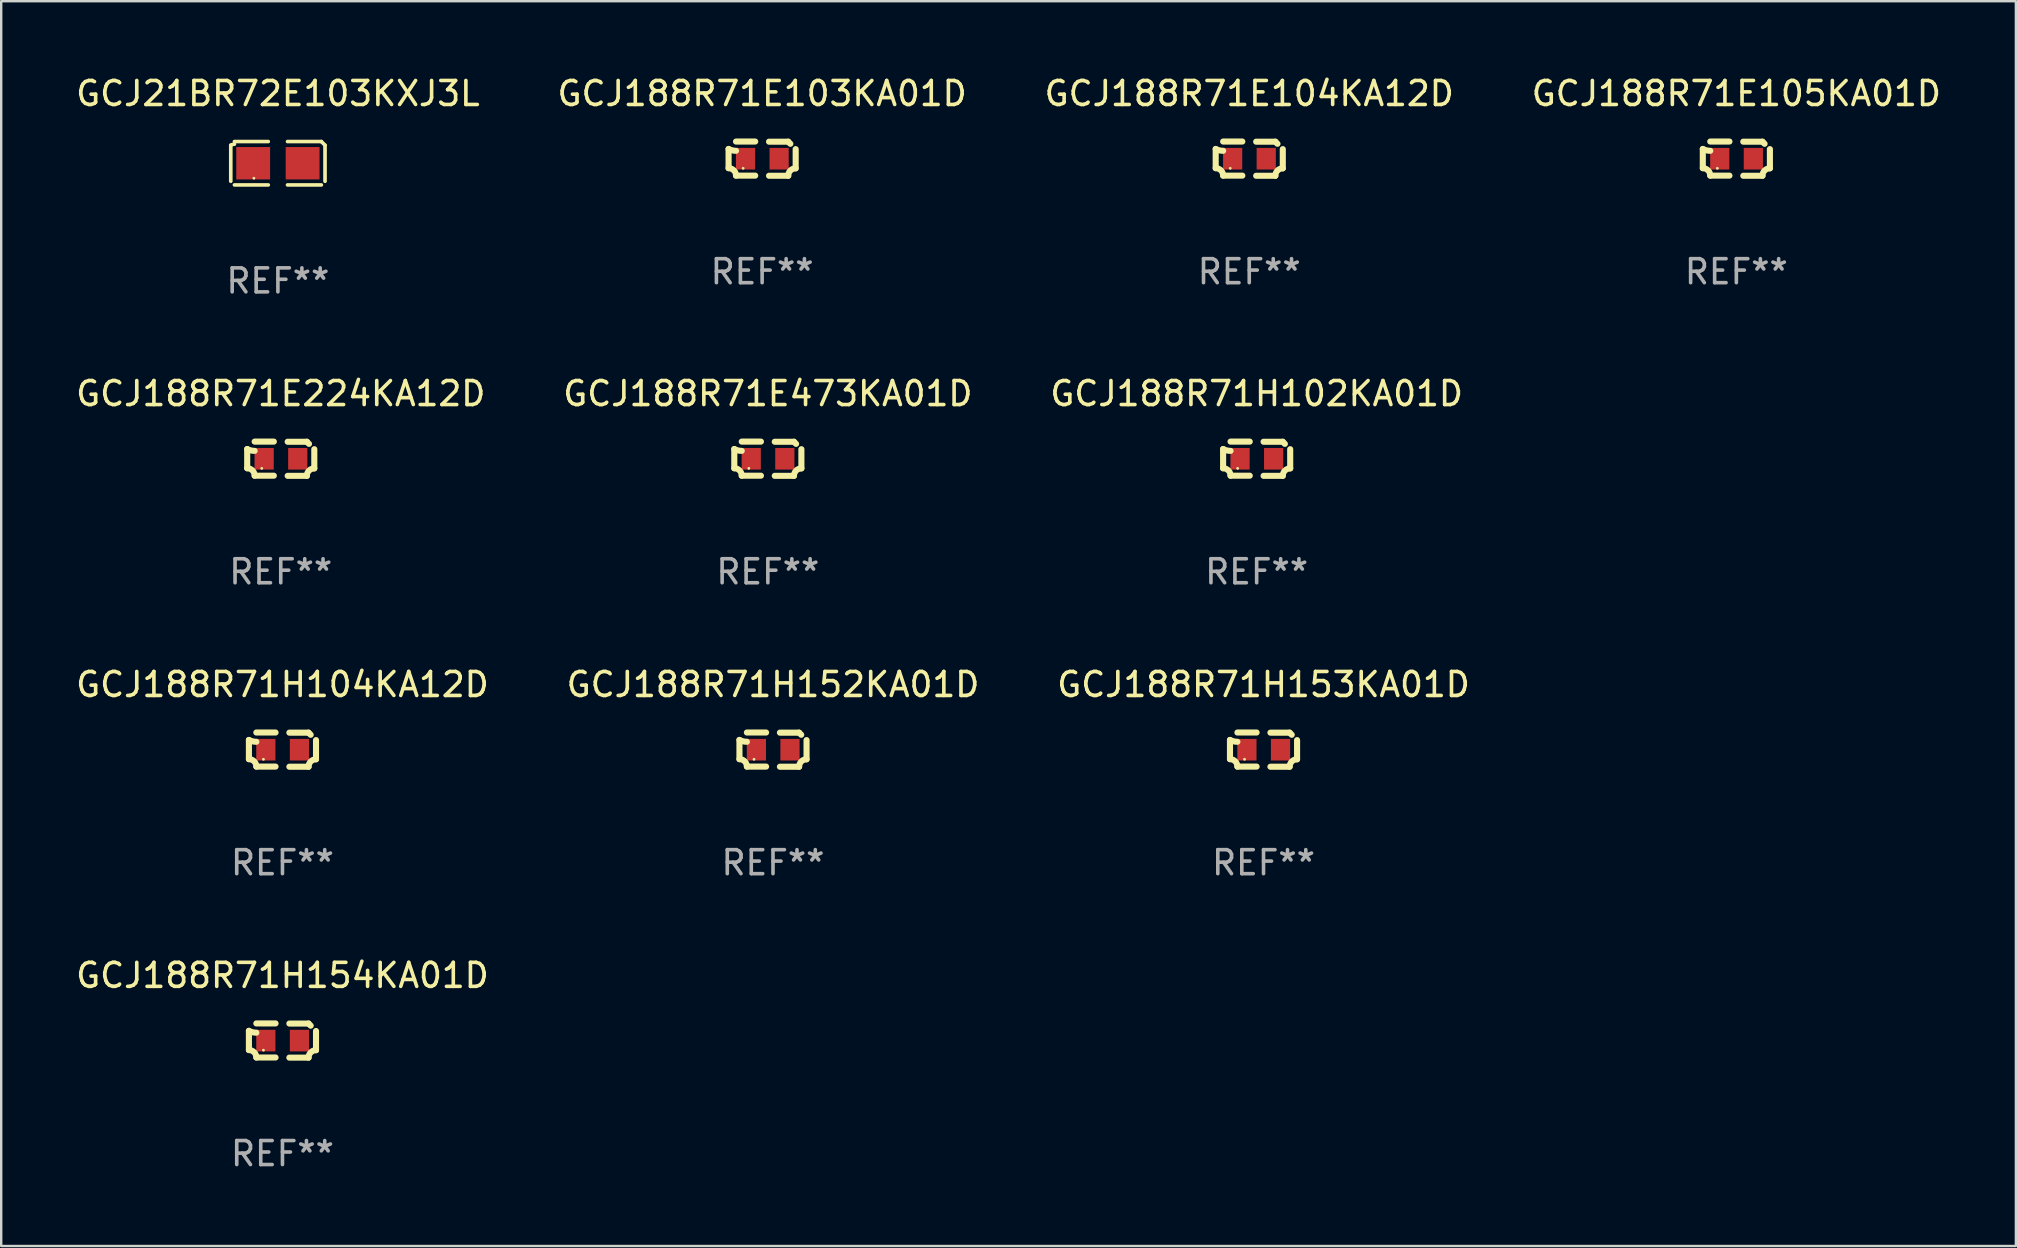
<source format=kicad_pcb>
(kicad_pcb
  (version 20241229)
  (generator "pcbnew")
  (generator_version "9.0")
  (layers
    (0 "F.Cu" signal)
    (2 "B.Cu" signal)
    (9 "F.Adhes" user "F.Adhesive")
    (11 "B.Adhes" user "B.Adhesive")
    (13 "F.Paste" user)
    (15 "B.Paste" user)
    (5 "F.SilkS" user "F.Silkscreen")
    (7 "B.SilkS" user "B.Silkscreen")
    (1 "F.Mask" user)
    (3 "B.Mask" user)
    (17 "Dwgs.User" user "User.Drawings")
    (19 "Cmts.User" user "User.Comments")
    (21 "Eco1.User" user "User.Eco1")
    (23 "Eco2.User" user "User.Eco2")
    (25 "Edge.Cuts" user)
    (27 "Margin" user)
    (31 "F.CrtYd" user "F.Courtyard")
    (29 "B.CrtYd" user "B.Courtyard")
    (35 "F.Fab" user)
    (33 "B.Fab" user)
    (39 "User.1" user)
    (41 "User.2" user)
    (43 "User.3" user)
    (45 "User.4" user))
  (footprint "GCJ188R71E105KA01D"
    (layer "F.Cu")
    (at 69.304 3.561)
    (property "Reference" "GCJ188R71E105KA01D" (at 0 -2.713 0) (layer "F.SilkS") (effects (font (size 1 1) (thickness 0.15))))
    (attr through_hole)
    (fp_line (start -1.398 -0.403) (end -1.398 0.397) (stroke (width 0.254) (type solid)) (layer "F.SilkS"))
    (fp_line (start -0.288 -0.713) (end -1.088 -0.713) (stroke (width 0.254) (type solid)) (layer "F.SilkS"))
    (fp_line (start -0.288 0.707) (end -1.088 0.707) (stroke (width 0.254) (type solid)) (layer "F.SilkS"))
    (fp_line (start 0.288 -0.707) (end 1.088 -0.707) (stroke (width 0.254) (type solid)) (layer "F.SilkS"))
    (fp_line (start 0.288 0.713) (end 1.088 0.713) (stroke (width 0.254) (type solid)) (layer "F.SilkS"))
    (fp_line (start 1.398 -0.397) (end 1.398 0.403) (stroke (width 0.254) (type solid)) (layer "F.SilkS"))
    (fp_arc (start -1.397789 0.397066) (mid -1.178701 0.487826) (end -1.08796 0.706922) (stroke (width 0.254001) (type solid)) (layer "F.SilkS"))
    (fp_arc (start -1.08796 -0.327176) (mid -1.247436 -0.346384) (end -1.39779 -0.402908) (stroke (width 0.254001) (type solid)) (layer "F.SilkS"))
    (fp_arc (start 1.087909 0.712738) (mid 1.178656 0.493655) (end 1.397739 0.402908) (stroke (width 0.254001) (type solid)) (layer "F.SilkS"))
    (fp_arc (start 1.175925 -0.618926) (mid 1.131917 -0.662923) (end 1.08791 -0.706922) (stroke (width 0.254001) (type solid)) (layer "F.SilkS"))
    (fp_circle (center -0.792 0.403) (end -0.762 0.403) (stroke (width 0.06) (type solid)) (fill no) (layer "F.SilkS"))
    (fp_text user "REF**" (at 0 4.713 0) (layer "F.Fab") (effects (font (size 1 1) (thickness 0.15))))
    (pad "1" smd rect (at -0.692 0.003) (size 0.8 0.9) (layers "F.Cu" "F.Mask" "F.Paste"))
    (pad "2" smd rect (at 0.708 0.003) (size 0.8 0.9) (layers "F.Cu" "F.Mask" "F.Paste")))
  (footprint "GCJ188R71E473KA01D"
    (layer "F.Cu")
    (at 28.946 16.065)
    (property "Reference" "GCJ188R71E473KA01D" (at 0 -2.713 0) (layer "F.SilkS") (effects (font (size 1 1) (thickness 0.15))))
    (attr through_hole)
    (fp_line (start -1.398 -0.403) (end -1.398 0.397) (stroke (width 0.254) (type solid)) (layer "F.SilkS"))
    (fp_line (start -0.288 -0.713) (end -1.088 -0.713) (stroke (width 0.254) (type solid)) (layer "F.SilkS"))
    (fp_line (start -0.288 0.707) (end -1.088 0.707) (stroke (width 0.254) (type solid)) (layer "F.SilkS"))
    (fp_line (start 0.288 -0.707) (end 1.088 -0.707) (stroke (width 0.254) (type solid)) (layer "F.SilkS"))
    (fp_line (start 0.288 0.713) (end 1.088 0.713) (stroke (width 0.254) (type solid)) (layer "F.SilkS"))
    (fp_line (start 1.398 -0.397) (end 1.398 0.403) (stroke (width 0.254) (type solid)) (layer "F.SilkS"))
    (fp_arc (start -1.397789 0.397066) (mid -1.178701 0.487826) (end -1.08796 0.706922) (stroke (width 0.254001) (type solid)) (layer "F.SilkS"))
    (fp_arc (start -1.08796 -0.327176) (mid -1.247436 -0.346384) (end -1.39779 -0.402908) (stroke (width 0.254001) (type solid)) (layer "F.SilkS"))
    (fp_arc (start 1.087909 0.712738) (mid 1.178656 0.493655) (end 1.397739 0.402908) (stroke (width 0.254001) (type solid)) (layer "F.SilkS"))
    (fp_arc (start 1.175925 -0.618926) (mid 1.131917 -0.662923) (end 1.08791 -0.706922) (stroke (width 0.254001) (type solid)) (layer "F.SilkS"))
    (fp_circle (center -0.792 0.403) (end -0.762 0.403) (stroke (width 0.06) (type solid)) (fill no) (layer "F.SilkS"))
    (fp_text user "REF**" (at 0 4.713 0) (layer "F.Fab") (effects (font (size 1 1) (thickness 0.15))))
    (pad "1" smd rect (at -0.692 0.003) (size 0.8 0.9) (layers "F.Cu" "F.Mask" "F.Paste"))
    (pad "2" smd rect (at 0.708 0.003) (size 0.8 0.9) (layers "F.Cu" "F.Mask" "F.Paste")))
  (footprint "GCJ21BR72E103KXJ3L"
    (layer "F.Cu")
    (at 8.53 3.752)
    (property "Reference" "GCJ21BR72E103KXJ3L" (at 0 -2.904 0) (layer "F.SilkS") (effects (font (size 1 1) (thickness 0.15))))
    (attr through_hole)
    (fp_line (start -1.964 0.751) (end -1.964 -0.751) (stroke (width 0.152) (type solid)) (layer "F.SilkS"))
    (fp_line (start -1.811 -0.904) (end -0.401 -0.904) (stroke (width 0.152) (type solid)) (layer "F.SilkS"))
    (fp_line (start -0.401 0.904) (end -1.811 0.904) (stroke (width 0.152) (type solid)) (layer "F.SilkS"))
    (fp_line (start 0.401 0.904) (end 1.811 0.904) (stroke (width 0.152) (type solid)) (layer "F.SilkS"))
    (fp_line (start 1.811 -0.904) (end 0.401 -0.904) (stroke (width 0.152) (type solid)) (layer "F.SilkS"))
    (fp_line (start 1.964 0.751) (end 1.964 -0.751) (stroke (width 0.152) (type solid)) (layer "F.SilkS"))
    (fp_arc (start -1.963602 -0.751207) (mid -1.890354 -0.783131) (end -1.811201 -0.794044) (stroke (width 0.1524) (type solid)) (layer "F.SilkS"))
    (fp_arc (start 1.811202 -0.903607) (mid 1.887413 -0.827418) (end 1.963602 -0.751207) (stroke (width 0.1524) (type solid)) (layer "F.SilkS"))
    (fp_circle (center -1 0.625) (end -0.97 0.625) (stroke (width 0.06) (type solid)) (fill no) (layer "F.SilkS"))
    (fp_text user "REF**" (at 0 4.904 0) (layer "F.Fab") (effects (font (size 1 1) (thickness 0.15))))
    (pad "1" smd rect (at -1.03 0) (size 1.41 1.35) (layers "F.Cu" "F.Mask" "F.Paste"))
    (pad "2" smd rect (at 1.03 0) (size 1.41 1.35) (layers "F.Cu" "F.Mask" "F.Paste")))
  (footprint "GCJ188R71E104KA12D"
    (layer "F.Cu")
    (at 49.006 3.561)
    (property "Reference" "GCJ188R71E104KA12D" (at 0 -2.713 0) (layer "F.SilkS") (effects (font (size 1 1) (thickness 0.15))))
    (attr through_hole)
    (fp_line (start -1.398 -0.403) (end -1.398 0.397) (stroke (width 0.254) (type solid)) (layer "F.SilkS"))
    (fp_line (start -0.288 -0.713) (end -1.088 -0.713) (stroke (width 0.254) (type solid)) (layer "F.SilkS"))
    (fp_line (start -0.288 0.707) (end -1.088 0.707) (stroke (width 0.254) (type solid)) (layer "F.SilkS"))
    (fp_line (start 0.288 -0.707) (end 1.088 -0.707) (stroke (width 0.254) (type solid)) (layer "F.SilkS"))
    (fp_line (start 0.288 0.713) (end 1.088 0.713) (stroke (width 0.254) (type solid)) (layer "F.SilkS"))
    (fp_line (start 1.398 -0.397) (end 1.398 0.403) (stroke (width 0.254) (type solid)) (layer "F.SilkS"))
    (fp_arc (start -1.397789 0.397066) (mid -1.178701 0.487826) (end -1.08796 0.706922) (stroke (width 0.254001) (type solid)) (layer "F.SilkS"))
    (fp_arc (start -1.08796 -0.327176) (mid -1.247436 -0.346384) (end -1.39779 -0.402908) (stroke (width 0.254001) (type solid)) (layer "F.SilkS"))
    (fp_arc (start 1.087909 0.712738) (mid 1.178656 0.493655) (end 1.397739 0.402908) (stroke (width 0.254001) (type solid)) (layer "F.SilkS"))
    (fp_arc (start 1.175925 -0.618926) (mid 1.131917 -0.662923) (end 1.08791 -0.706922) (stroke (width 0.254001) (type solid)) (layer "F.SilkS"))
    (fp_circle (center -0.792 0.403) (end -0.762 0.403) (stroke (width 0.06) (type solid)) (fill no) (layer "F.SilkS"))
    (fp_text user "REF**" (at 0 4.713 0) (layer "F.Fab") (effects (font (size 1 1) (thickness 0.15))))
    (pad "1" smd rect (at -0.692 0.003) (size 0.8 0.9) (layers "F.Cu" "F.Mask" "F.Paste"))
    (pad "2" smd rect (at 0.708 0.003) (size 0.8 0.9) (layers "F.Cu" "F.Mask" "F.Paste")))
  (footprint "GCJ188R71H154KA01D"
    (layer "F.Cu")
    (at 8.72 40.309)
    (property "Reference" "GCJ188R71H154KA01D" (at 0 -2.713 0) (layer "F.SilkS") (effects (font (size 1 1) (thickness 0.15))))
    (attr through_hole)
    (fp_line (start -1.398 -0.403) (end -1.398 0.397) (stroke (width 0.254) (type solid)) (layer "F.SilkS"))
    (fp_line (start -0.288 -0.713) (end -1.088 -0.713) (stroke (width 0.254) (type solid)) (layer "F.SilkS"))
    (fp_line (start -0.288 0.707) (end -1.088 0.707) (stroke (width 0.254) (type solid)) (layer "F.SilkS"))
    (fp_line (start 0.288 -0.707) (end 1.088 -0.707) (stroke (width 0.254) (type solid)) (layer "F.SilkS"))
    (fp_line (start 0.288 0.713) (end 1.088 0.713) (stroke (width 0.254) (type solid)) (layer "F.SilkS"))
    (fp_line (start 1.398 -0.397) (end 1.398 0.403) (stroke (width 0.254) (type solid)) (layer "F.SilkS"))
    (fp_arc (start -1.397789 0.397066) (mid -1.178701 0.487826) (end -1.08796 0.706922) (stroke (width 0.254001) (type solid)) (layer "F.SilkS"))
    (fp_arc (start -1.08796 -0.327176) (mid -1.247436 -0.346384) (end -1.39779 -0.402908) (stroke (width 0.254001) (type solid)) (layer "F.SilkS"))
    (fp_arc (start 1.087909 0.712738) (mid 1.178656 0.493655) (end 1.397739 0.402908) (stroke (width 0.254001) (type solid)) (layer "F.SilkS"))
    (fp_arc (start 1.175925 -0.618926) (mid 1.131917 -0.662923) (end 1.08791 -0.706922) (stroke (width 0.254001) (type solid)) (layer "F.SilkS"))
    (fp_circle (center -0.792 0.403) (end -0.762 0.403) (stroke (width 0.06) (type solid)) (fill no) (layer "F.SilkS"))
    (fp_text user "REF**" (at 0 4.713 0) (layer "F.Fab") (effects (font (size 1 1) (thickness 0.15))))
    (pad "1" smd rect (at -0.692 0.003) (size 0.8 0.9) (layers "F.Cu" "F.Mask" "F.Paste"))
    (pad "2" smd rect (at 0.708 0.003) (size 0.8 0.9) (layers "F.Cu" "F.Mask" "F.Paste")))
  (footprint "GCJ188R71H153KA01D"
    (layer "F.Cu")
    (at 49.601 28.187)
    (property "Reference" "GCJ188R71H153KA01D" (at 0 -2.713 0) (layer "F.SilkS") (effects (font (size 1 1) (thickness 0.15))))
    (attr through_hole)
    (fp_line (start -1.398 -0.403) (end -1.398 0.397) (stroke (width 0.254) (type solid)) (layer "F.SilkS"))
    (fp_line (start -0.288 -0.713) (end -1.088 -0.713) (stroke (width 0.254) (type solid)) (layer "F.SilkS"))
    (fp_line (start -0.288 0.707) (end -1.088 0.707) (stroke (width 0.254) (type solid)) (layer "F.SilkS"))
    (fp_line (start 0.288 -0.707) (end 1.088 -0.707) (stroke (width 0.254) (type solid)) (layer "F.SilkS"))
    (fp_line (start 0.288 0.713) (end 1.088 0.713) (stroke (width 0.254) (type solid)) (layer "F.SilkS"))
    (fp_line (start 1.398 -0.397) (end 1.398 0.403) (stroke (width 0.254) (type solid)) (layer "F.SilkS"))
    (fp_arc (start -1.397789 0.397066) (mid -1.178701 0.487826) (end -1.08796 0.706922) (stroke (width 0.254001) (type solid)) (layer "F.SilkS"))
    (fp_arc (start -1.08796 -0.327176) (mid -1.247436 -0.346384) (end -1.39779 -0.402908) (stroke (width 0.254001) (type solid)) (layer "F.SilkS"))
    (fp_arc (start 1.087909 0.712738) (mid 1.178656 0.493655) (end 1.397739 0.402908) (stroke (width 0.254001) (type solid)) (layer "F.SilkS"))
    (fp_arc (start 1.175925 -0.618926) (mid 1.131917 -0.662923) (end 1.08791 -0.706922) (stroke (width 0.254001) (type solid)) (layer "F.SilkS"))
    (fp_circle (center -0.792 0.403) (end -0.762 0.403) (stroke (width 0.06) (type solid)) (fill no) (layer "F.SilkS"))
    (fp_text user "REF**" (at 0 4.713 0) (layer "F.Fab") (effects (font (size 1 1) (thickness 0.15))))
    (pad "1" smd rect (at -0.692 0.003) (size 0.8 0.9) (layers "F.Cu" "F.Mask" "F.Paste"))
    (pad "2" smd rect (at 0.708 0.003) (size 0.8 0.9) (layers "F.Cu" "F.Mask" "F.Paste")))
  (footprint "GCJ188R71H102KA01D"
    (layer "F.Cu")
    (at 49.315 16.065)
    (property "Reference" "GCJ188R71H102KA01D" (at 0 -2.713 0) (layer "F.SilkS") (effects (font (size 1 1) (thickness 0.15))))
    (attr through_hole)
    (fp_line (start -1.398 -0.403) (end -1.398 0.397) (stroke (width 0.254) (type solid)) (layer "F.SilkS"))
    (fp_line (start -0.288 -0.713) (end -1.088 -0.713) (stroke (width 0.254) (type solid)) (layer "F.SilkS"))
    (fp_line (start -0.288 0.707) (end -1.088 0.707) (stroke (width 0.254) (type solid)) (layer "F.SilkS"))
    (fp_line (start 0.288 -0.707) (end 1.088 -0.707) (stroke (width 0.254) (type solid)) (layer "F.SilkS"))
    (fp_line (start 0.288 0.713) (end 1.088 0.713) (stroke (width 0.254) (type solid)) (layer "F.SilkS"))
    (fp_line (start 1.398 -0.397) (end 1.398 0.403) (stroke (width 0.254) (type solid)) (layer "F.SilkS"))
    (fp_arc (start -1.397789 0.397066) (mid -1.178701 0.487826) (end -1.08796 0.706922) (stroke (width 0.254001) (type solid)) (layer "F.SilkS"))
    (fp_arc (start -1.08796 -0.327176) (mid -1.247436 -0.346384) (end -1.39779 -0.402908) (stroke (width 0.254001) (type solid)) (layer "F.SilkS"))
    (fp_arc (start 1.087909 0.712738) (mid 1.178656 0.493655) (end 1.397739 0.402908) (stroke (width 0.254001) (type solid)) (layer "F.SilkS"))
    (fp_arc (start 1.175925 -0.618926) (mid 1.131917 -0.662923) (end 1.08791 -0.706922) (stroke (width 0.254001) (type solid)) (layer "F.SilkS"))
    (fp_circle (center -0.792 0.403) (end -0.762 0.403) (stroke (width 0.06) (type solid)) (fill no) (layer "F.SilkS"))
    (fp_text user "REF**" (at 0 4.713 0) (layer "F.Fab") (effects (font (size 1 1) (thickness 0.15))))
    (pad "1" smd rect (at -0.692 0.003) (size 0.8 0.9) (layers "F.Cu" "F.Mask" "F.Paste"))
    (pad "2" smd rect (at 0.708 0.003) (size 0.8 0.9) (layers "F.Cu" "F.Mask" "F.Paste")))
  (footprint "GCJ188R71E103KA01D"
    (layer "F.Cu")
    (at 28.708 3.561)
    (property "Reference" "GCJ188R71E103KA01D" (at 0 -2.713 0) (layer "F.SilkS") (effects (font (size 1 1) (thickness 0.15))))
    (attr through_hole)
    (fp_line (start -1.398 -0.403) (end -1.398 0.397) (stroke (width 0.254) (type solid)) (layer "F.SilkS"))
    (fp_line (start -0.288 -0.713) (end -1.088 -0.713) (stroke (width 0.254) (type solid)) (layer "F.SilkS"))
    (fp_line (start -0.288 0.707) (end -1.088 0.707) (stroke (width 0.254) (type solid)) (layer "F.SilkS"))
    (fp_line (start 0.288 -0.707) (end 1.088 -0.707) (stroke (width 0.254) (type solid)) (layer "F.SilkS"))
    (fp_line (start 0.288 0.713) (end 1.088 0.713) (stroke (width 0.254) (type solid)) (layer "F.SilkS"))
    (fp_line (start 1.398 -0.397) (end 1.398 0.403) (stroke (width 0.254) (type solid)) (layer "F.SilkS"))
    (fp_arc (start -1.397789 0.397066) (mid -1.178701 0.487826) (end -1.08796 0.706922) (stroke (width 0.254001) (type solid)) (layer "F.SilkS"))
    (fp_arc (start -1.08796 -0.327176) (mid -1.247436 -0.346384) (end -1.39779 -0.402908) (stroke (width 0.254001) (type solid)) (layer "F.SilkS"))
    (fp_arc (start 1.087909 0.712738) (mid 1.178656 0.493655) (end 1.397739 0.402908) (stroke (width 0.254001) (type solid)) (layer "F.SilkS"))
    (fp_arc (start 1.175925 -0.618926) (mid 1.131917 -0.662923) (end 1.08791 -0.706922) (stroke (width 0.254001) (type solid)) (layer "F.SilkS"))
    (fp_circle (center -0.792 0.403) (end -0.762 0.403) (stroke (width 0.06) (type solid)) (fill no) (layer "F.SilkS"))
    (fp_text user "REF**" (at 0 4.713 0) (layer "F.Fab") (effects (font (size 1 1) (thickness 0.15))))
    (pad "1" smd rect (at -0.692 0.003) (size 0.8 0.9) (layers "F.Cu" "F.Mask" "F.Paste"))
    (pad "2" smd rect (at 0.708 0.003) (size 0.8 0.9) (layers "F.Cu" "F.Mask" "F.Paste")))
  (footprint "GCJ188R71H152KA01D"
    (layer "F.Cu")
    (at 29.161 28.187)
    (property "Reference" "GCJ188R71H152KA01D" (at 0 -2.713 0) (layer "F.SilkS") (effects (font (size 1 1) (thickness 0.15))))
    (attr through_hole)
    (fp_line (start -1.398 -0.403) (end -1.398 0.397) (stroke (width 0.254) (type solid)) (layer "F.SilkS"))
    (fp_line (start -0.288 -0.713) (end -1.088 -0.713) (stroke (width 0.254) (type solid)) (layer "F.SilkS"))
    (fp_line (start -0.288 0.707) (end -1.088 0.707) (stroke (width 0.254) (type solid)) (layer "F.SilkS"))
    (fp_line (start 0.288 -0.707) (end 1.088 -0.707) (stroke (width 0.254) (type solid)) (layer "F.SilkS"))
    (fp_line (start 0.288 0.713) (end 1.088 0.713) (stroke (width 0.254) (type solid)) (layer "F.SilkS"))
    (fp_line (start 1.398 -0.397) (end 1.398 0.403) (stroke (width 0.254) (type solid)) (layer "F.SilkS"))
    (fp_arc (start -1.397789 0.397066) (mid -1.178701 0.487826) (end -1.08796 0.706922) (stroke (width 0.254001) (type solid)) (layer "F.SilkS"))
    (fp_arc (start -1.08796 -0.327176) (mid -1.247436 -0.346384) (end -1.39779 -0.402908) (stroke (width 0.254001) (type solid)) (layer "F.SilkS"))
    (fp_arc (start 1.087909 0.712738) (mid 1.178656 0.493655) (end 1.397739 0.402908) (stroke (width 0.254001) (type solid)) (layer "F.SilkS"))
    (fp_arc (start 1.175925 -0.618926) (mid 1.131917 -0.662923) (end 1.08791 -0.706922) (stroke (width 0.254001) (type solid)) (layer "F.SilkS"))
    (fp_circle (center -0.792 0.403) (end -0.762 0.403) (stroke (width 0.06) (type solid)) (fill no) (layer "F.SilkS"))
    (fp_text user "REF**" (at 0 4.713 0) (layer "F.Fab") (effects (font (size 1 1) (thickness 0.15))))
    (pad "1" smd rect (at -0.692 0.003) (size 0.8 0.9) (layers "F.Cu" "F.Mask" "F.Paste"))
    (pad "2" smd rect (at 0.708 0.003) (size 0.8 0.9) (layers "F.Cu" "F.Mask" "F.Paste")))
  (footprint "GCJ188R71E224KA12D"
    (layer "F.Cu")
    (at 8.649 16.065)
    (property "Reference" "GCJ188R71E224KA12D" (at 0 -2.713 0) (layer "F.SilkS") (effects (font (size 1 1) (thickness 0.15))))
    (attr through_hole)
    (fp_line (start -1.398 -0.403) (end -1.398 0.397) (stroke (width 0.254) (type solid)) (layer "F.SilkS"))
    (fp_line (start -0.288 -0.713) (end -1.088 -0.713) (stroke (width 0.254) (type solid)) (layer "F.SilkS"))
    (fp_line (start -0.288 0.707) (end -1.088 0.707) (stroke (width 0.254) (type solid)) (layer "F.SilkS"))
    (fp_line (start 0.288 -0.707) (end 1.088 -0.707) (stroke (width 0.254) (type solid)) (layer "F.SilkS"))
    (fp_line (start 0.288 0.713) (end 1.088 0.713) (stroke (width 0.254) (type solid)) (layer "F.SilkS"))
    (fp_line (start 1.398 -0.397) (end 1.398 0.403) (stroke (width 0.254) (type solid)) (layer "F.SilkS"))
    (fp_arc (start -1.397789 0.397066) (mid -1.178701 0.487826) (end -1.08796 0.706922) (stroke (width 0.254001) (type solid)) (layer "F.SilkS"))
    (fp_arc (start -1.08796 -0.327176) (mid -1.247436 -0.346384) (end -1.39779 -0.402908) (stroke (width 0.254001) (type solid)) (layer "F.SilkS"))
    (fp_arc (start 1.087909 0.712738) (mid 1.178656 0.493655) (end 1.397739 0.402908) (stroke (width 0.254001) (type solid)) (layer "F.SilkS"))
    (fp_arc (start 1.175925 -0.618926) (mid 1.131917 -0.662923) (end 1.08791 -0.706922) (stroke (width 0.254001) (type solid)) (layer "F.SilkS"))
    (fp_circle (center -0.792 0.403) (end -0.762 0.403) (stroke (width 0.06) (type solid)) (fill no) (layer "F.SilkS"))
    (fp_text user "REF**" (at 0 4.713 0) (layer "F.Fab") (effects (font (size 1 1) (thickness 0.15))))
    (pad "1" smd rect (at -0.692 0.003) (size 0.8 0.9) (layers "F.Cu" "F.Mask" "F.Paste"))
    (pad "2" smd rect (at 0.708 0.003) (size 0.8 0.9) (layers "F.Cu" "F.Mask" "F.Paste")))
  (footprint "GCJ188R71H104KA12D"
    (layer "F.Cu")
    (at 8.72 28.187)
    (property "Reference" "GCJ188R71H104KA12D" (at 0 -2.713 0) (layer "F.SilkS") (effects (font (size 1 1) (thickness 0.15))))
    (attr through_hole)
    (fp_line (start -1.398 -0.403) (end -1.398 0.397) (stroke (width 0.254) (type solid)) (layer "F.SilkS"))
    (fp_line (start -0.288 -0.713) (end -1.088 -0.713) (stroke (width 0.254) (type solid)) (layer "F.SilkS"))
    (fp_line (start -0.288 0.707) (end -1.088 0.707) (stroke (width 0.254) (type solid)) (layer "F.SilkS"))
    (fp_line (start 0.288 -0.707) (end 1.088 -0.707) (stroke (width 0.254) (type solid)) (layer "F.SilkS"))
    (fp_line (start 0.288 0.713) (end 1.088 0.713) (stroke (width 0.254) (type solid)) (layer "F.SilkS"))
    (fp_line (start 1.398 -0.397) (end 1.398 0.403) (stroke (width 0.254) (type solid)) (layer "F.SilkS"))
    (fp_arc (start -1.397789 0.397066) (mid -1.178701 0.487826) (end -1.08796 0.706922) (stroke (width 0.254001) (type solid)) (layer "F.SilkS"))
    (fp_arc (start -1.08796 -0.327176) (mid -1.247436 -0.346384) (end -1.39779 -0.402908) (stroke (width 0.254001) (type solid)) (layer "F.SilkS"))
    (fp_arc (start 1.087909 0.712738) (mid 1.178656 0.493655) (end 1.397739 0.402908) (stroke (width 0.254001) (type solid)) (layer "F.SilkS"))
    (fp_arc (start 1.175925 -0.618926) (mid 1.131917 -0.662923) (end 1.08791 -0.706922) (stroke (width 0.254001) (type solid)) (layer "F.SilkS"))
    (fp_circle (center -0.792 0.403) (end -0.762 0.403) (stroke (width 0.06) (type solid)) (fill no) (layer "F.SilkS"))
    (fp_text user "REF**" (at 0 4.713 0) (layer "F.Fab") (effects (font (size 1 1) (thickness 0.15))))
    (pad "1" smd rect (at -0.692 0.003) (size 0.8 0.9) (layers "F.Cu" "F.Mask" "F.Paste"))
    (pad "2" smd rect (at 0.708 0.003) (size 0.8 0.9) (layers "F.Cu" "F.Mask" "F.Paste")))
  (gr_rect
    (start -3 -3)
    (end 80.952 48.87)
    (stroke (width 0.1) (type default))
    (fill no)
    (layer "Edge.Cuts")))
</source>
